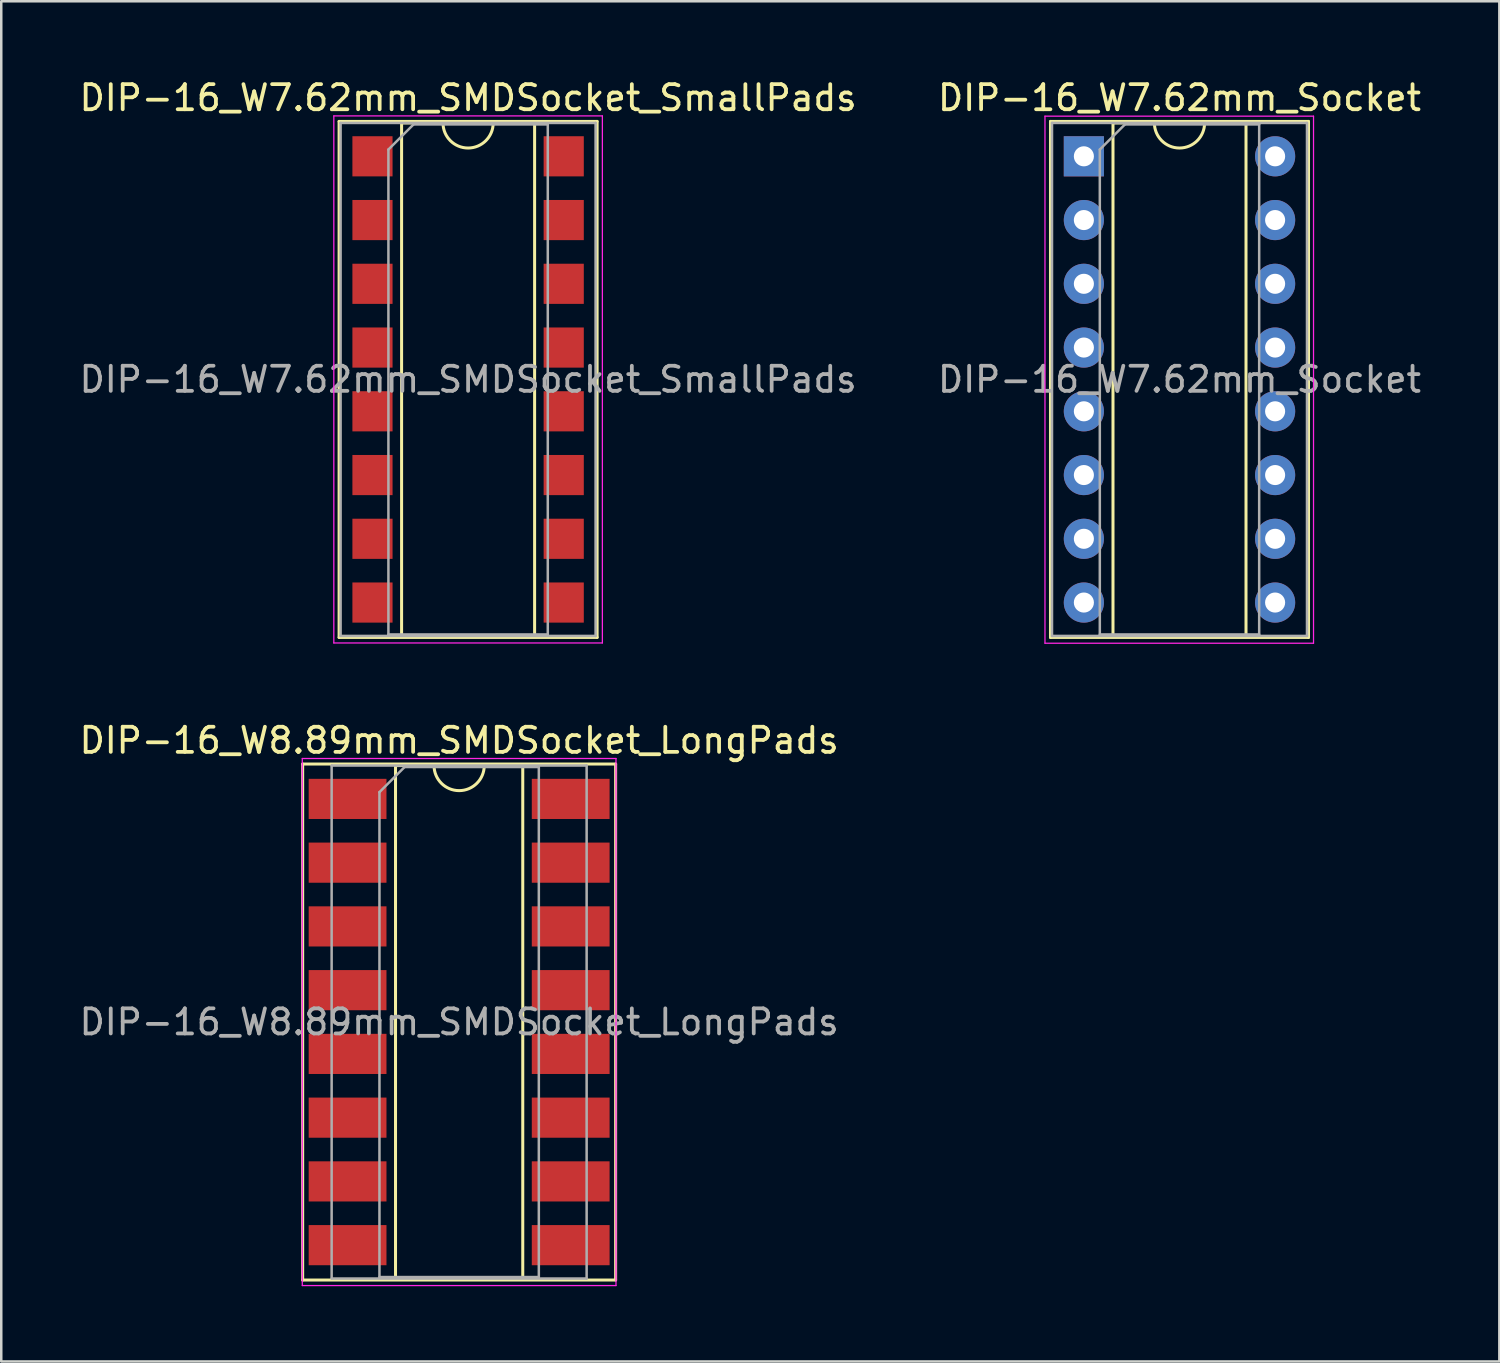
<source format=kicad_pcb>
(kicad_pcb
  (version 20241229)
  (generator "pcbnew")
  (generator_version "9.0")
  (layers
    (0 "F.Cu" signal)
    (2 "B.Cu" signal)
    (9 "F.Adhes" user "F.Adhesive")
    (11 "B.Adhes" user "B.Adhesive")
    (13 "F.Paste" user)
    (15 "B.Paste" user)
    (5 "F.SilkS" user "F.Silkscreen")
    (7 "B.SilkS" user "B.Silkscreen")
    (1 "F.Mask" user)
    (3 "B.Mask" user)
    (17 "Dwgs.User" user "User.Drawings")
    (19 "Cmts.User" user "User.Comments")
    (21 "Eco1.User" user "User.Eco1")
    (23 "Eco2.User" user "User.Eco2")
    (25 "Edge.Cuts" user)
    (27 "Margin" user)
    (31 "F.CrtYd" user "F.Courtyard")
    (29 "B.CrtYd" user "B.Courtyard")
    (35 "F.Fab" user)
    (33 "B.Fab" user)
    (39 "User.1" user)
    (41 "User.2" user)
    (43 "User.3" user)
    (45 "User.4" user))
  (footprint "DIP-16_W7.62mm_Socket"
    (layer "F.Cu")
    (at 40.136 3.178)
    (property "Reference" "DIP-16_W7.62mm_Socket" (at 3.81 -2.33 0) (layer "F.SilkS") (effects (font (size 1 1) (thickness 0.15))))
    (attr through_hole)
    (fp_line (start -1.33 -1.39) (end -1.33 19.17) (stroke (width 0.12) (type solid)) (layer "F.SilkS"))
    (fp_line (start -1.33 19.17) (end 8.95 19.17) (stroke (width 0.12) (type solid)) (layer "F.SilkS"))
    (fp_line (start 1.16 -1.33) (end 1.16 19.11) (stroke (width 0.12) (type solid)) (layer "F.SilkS"))
    (fp_line (start 1.16 19.11) (end 6.46 19.11) (stroke (width 0.12) (type solid)) (layer "F.SilkS"))
    (fp_line (start 2.81 -1.33) (end 1.16 -1.33) (stroke (width 0.12) (type solid)) (layer "F.SilkS"))
    (fp_line (start 6.46 -1.33) (end 4.81 -1.33) (stroke (width 0.12) (type solid)) (layer "F.SilkS"))
    (fp_line (start 6.46 19.11) (end 6.46 -1.33) (stroke (width 0.12) (type solid)) (layer "F.SilkS"))
    (fp_line (start 8.95 -1.39) (end -1.33 -1.39) (stroke (width 0.12) (type solid)) (layer "F.SilkS"))
    (fp_line (start 8.95 19.17) (end 8.95 -1.39) (stroke (width 0.12) (type solid)) (layer "F.SilkS"))
    (fp_arc (start 4.81 -1.33) (mid 3.81 -0.33) (end 2.81 -1.33) (stroke (width 0.12) (type solid)) (layer "F.SilkS"))
    (fp_line (start -1.55 -1.6) (end -1.55 19.4) (stroke (width 0.05) (type solid)) (layer "F.CrtYd"))
    (fp_line (start -1.55 19.4) (end 9.15 19.4) (stroke (width 0.05) (type solid)) (layer "F.CrtYd"))
    (fp_line (start 9.15 -1.6) (end -1.55 -1.6) (stroke (width 0.05) (type solid)) (layer "F.CrtYd"))
    (fp_line (start 9.15 19.4) (end 9.15 -1.6) (stroke (width 0.05) (type solid)) (layer "F.CrtYd"))
    (fp_line (start -1.27 -1.33) (end -1.27 19.11) (stroke (width 0.1) (type solid)) (layer "F.Fab"))
    (fp_line (start -1.27 19.11) (end 8.89 19.11) (stroke (width 0.1) (type solid)) (layer "F.Fab"))
    (fp_line (start 0.635 -0.27) (end 1.635 -1.27) (stroke (width 0.1) (type solid)) (layer "F.Fab"))
    (fp_line (start 0.635 19.05) (end 0.635 -0.27) (stroke (width 0.1) (type solid)) (layer "F.Fab"))
    (fp_line (start 1.635 -1.27) (end 6.985 -1.27) (stroke (width 0.1) (type solid)) (layer "F.Fab"))
    (fp_line (start 6.985 -1.27) (end 6.985 19.05) (stroke (width 0.1) (type solid)) (layer "F.Fab"))
    (fp_line (start 6.985 19.05) (end 0.635 19.05) (stroke (width 0.1) (type solid)) (layer "F.Fab"))
    (fp_line (start 8.89 -1.33) (end -1.27 -1.33) (stroke (width 0.1) (type solid)) (layer "F.Fab"))
    (fp_line (start 8.89 19.11) (end 8.89 -1.33) (stroke (width 0.1) (type solid)) (layer "F.Fab"))
    (fp_text user "${REFERENCE}" (at 3.81 8.89 0) (layer "F.Fab") (effects (font (size 1 1) (thickness 0.15))))
    (pad "1" thru_hole rect (at 0 0) (size 1.6 1.6) (drill 0.8) (layers "*.Cu" "*.Mask"))
    (pad "2" thru_hole oval (at 0 2.54) (size 1.6 1.6) (drill 0.8) (layers "*.Cu" "*.Mask"))
    (pad "3" thru_hole oval (at 0 5.08) (size 1.6 1.6) (drill 0.8) (layers "*.Cu" "*.Mask"))
    (pad "4" thru_hole oval (at 0 7.62) (size 1.6 1.6) (drill 0.8) (layers "*.Cu" "*.Mask"))
    (pad "5" thru_hole oval (at 0 10.16) (size 1.6 1.6) (drill 0.8) (layers "*.Cu" "*.Mask"))
    (pad "6" thru_hole oval (at 0 12.7) (size 1.6 1.6) (drill 0.8) (layers "*.Cu" "*.Mask"))
    (pad "7" thru_hole oval (at 0 15.24) (size 1.6 1.6) (drill 0.8) (layers "*.Cu" "*.Mask"))
    (pad "8" thru_hole oval (at 0 17.78) (size 1.6 1.6) (drill 0.8) (layers "*.Cu" "*.Mask"))
    (pad "9" thru_hole oval (at 7.62 17.78) (size 1.6 1.6) (drill 0.8) (layers "*.Cu" "*.Mask"))
    (pad "10" thru_hole oval (at 7.62 15.24) (size 1.6 1.6) (drill 0.8) (layers "*.Cu" "*.Mask"))
    (pad "11" thru_hole oval (at 7.62 12.7) (size 1.6 1.6) (drill 0.8) (layers "*.Cu" "*.Mask"))
    (pad "12" thru_hole oval (at 7.62 10.16) (size 1.6 1.6) (drill 0.8) (layers "*.Cu" "*.Mask"))
    (pad "13" thru_hole oval (at 7.62 7.62) (size 1.6 1.6) (drill 0.8) (layers "*.Cu" "*.Mask"))
    (pad "14" thru_hole oval (at 7.62 5.08) (size 1.6 1.6) (drill 0.8) (layers "*.Cu" "*.Mask"))
    (pad "15" thru_hole oval (at 7.62 2.54) (size 1.6 1.6) (drill 0.8) (layers "*.Cu" "*.Mask"))
    (pad "16" thru_hole oval (at 7.62 0) (size 1.6 1.6) (drill 0.8) (layers "*.Cu" "*.Mask")))
  (footprint "DIP-16_W7.62mm_SMDSocket_SmallPads"
    (layer "F.Cu")
    (at 15.601 12.068)
    (property "Reference" "DIP-16_W7.62mm_SMDSocket_SmallPads" (at 0 -11.22 0) (layer "F.SilkS") (effects (font (size 1 1) (thickness 0.15))))
    (attr smd)
    (fp_line (start -5.14 -10.28) (end -5.14 10.28) (stroke (width 0.12) (type solid)) (layer "F.SilkS"))
    (fp_line (start -5.14 10.28) (end 5.14 10.28) (stroke (width 0.12) (type solid)) (layer "F.SilkS"))
    (fp_line (start -2.65 -10.22) (end -2.65 10.22) (stroke (width 0.12) (type solid)) (layer "F.SilkS"))
    (fp_line (start -2.65 10.22) (end 2.65 10.22) (stroke (width 0.12) (type solid)) (layer "F.SilkS"))
    (fp_line (start -1 -10.22) (end -2.65 -10.22) (stroke (width 0.12) (type solid)) (layer "F.SilkS"))
    (fp_line (start 2.65 -10.22) (end 1 -10.22) (stroke (width 0.12) (type solid)) (layer "F.SilkS"))
    (fp_line (start 2.65 10.22) (end 2.65 -10.22) (stroke (width 0.12) (type solid)) (layer "F.SilkS"))
    (fp_line (start 5.14 -10.28) (end -5.14 -10.28) (stroke (width 0.12) (type solid)) (layer "F.SilkS"))
    (fp_line (start 5.14 10.28) (end 5.14 -10.28) (stroke (width 0.12) (type solid)) (layer "F.SilkS"))
    (fp_arc (start 1 -10.22) (mid 0 -9.22) (end -1 -10.22) (stroke (width 0.12) (type solid)) (layer "F.SilkS"))
    (fp_line (start -5.35 -10.5) (end -5.35 10.5) (stroke (width 0.05) (type solid)) (layer "F.CrtYd"))
    (fp_line (start -5.35 10.5) (end 5.35 10.5) (stroke (width 0.05) (type solid)) (layer "F.CrtYd"))
    (fp_line (start 5.35 -10.5) (end -5.35 -10.5) (stroke (width 0.05) (type solid)) (layer "F.CrtYd"))
    (fp_line (start 5.35 10.5) (end 5.35 -10.5) (stroke (width 0.05) (type solid)) (layer "F.CrtYd"))
    (fp_line (start -5.08 -10.22) (end -5.08 10.22) (stroke (width 0.1) (type solid)) (layer "F.Fab"))
    (fp_line (start -5.08 10.22) (end 5.08 10.22) (stroke (width 0.1) (type solid)) (layer "F.Fab"))
    (fp_line (start -3.175 -9.16) (end -2.175 -10.16) (stroke (width 0.1) (type solid)) (layer "F.Fab"))
    (fp_line (start -3.175 10.16) (end -3.175 -9.16) (stroke (width 0.1) (type solid)) (layer "F.Fab"))
    (fp_line (start -2.175 -10.16) (end 3.175 -10.16) (stroke (width 0.1) (type solid)) (layer "F.Fab"))
    (fp_line (start 3.175 -10.16) (end 3.175 10.16) (stroke (width 0.1) (type solid)) (layer "F.Fab"))
    (fp_line (start 3.175 10.16) (end -3.175 10.16) (stroke (width 0.1) (type solid)) (layer "F.Fab"))
    (fp_line (start 5.08 -10.22) (end -5.08 -10.22) (stroke (width 0.1) (type solid)) (layer "F.Fab"))
    (fp_line (start 5.08 10.22) (end 5.08 -10.22) (stroke (width 0.1) (type solid)) (layer "F.Fab"))
    (fp_text user "${REFERENCE}" (at 0 0 0) (layer "F.Fab") (effects (font (size 1 1) (thickness 0.15))))
    (pad "1" smd rect (at -3.81 -8.89) (size 1.6 1.6) (layers "F.Cu" "F.Mask" "F.Paste"))
    (pad "2" smd rect (at -3.81 -6.35) (size 1.6 1.6) (layers "F.Cu" "F.Mask" "F.Paste"))
    (pad "3" smd rect (at -3.81 -3.81) (size 1.6 1.6) (layers "F.Cu" "F.Mask" "F.Paste"))
    (pad "4" smd rect (at -3.81 -1.27) (size 1.6 1.6) (layers "F.Cu" "F.Mask" "F.Paste"))
    (pad "5" smd rect (at -3.81 1.27) (size 1.6 1.6) (layers "F.Cu" "F.Mask" "F.Paste"))
    (pad "6" smd rect (at -3.81 3.81) (size 1.6 1.6) (layers "F.Cu" "F.Mask" "F.Paste"))
    (pad "7" smd rect (at -3.81 6.35) (size 1.6 1.6) (layers "F.Cu" "F.Mask" "F.Paste"))
    (pad "8" smd rect (at -3.81 8.89) (size 1.6 1.6) (layers "F.Cu" "F.Mask" "F.Paste"))
    (pad "9" smd rect (at 3.81 8.89) (size 1.6 1.6) (layers "F.Cu" "F.Mask" "F.Paste"))
    (pad "10" smd rect (at 3.81 6.35) (size 1.6 1.6) (layers "F.Cu" "F.Mask" "F.Paste"))
    (pad "11" smd rect (at 3.81 3.81) (size 1.6 1.6) (layers "F.Cu" "F.Mask" "F.Paste"))
    (pad "12" smd rect (at 3.81 1.27) (size 1.6 1.6) (layers "F.Cu" "F.Mask" "F.Paste"))
    (pad "13" smd rect (at 3.81 -1.27) (size 1.6 1.6) (layers "F.Cu" "F.Mask" "F.Paste"))
    (pad "14" smd rect (at 3.81 -3.81) (size 1.6 1.6) (layers "F.Cu" "F.Mask" "F.Paste"))
    (pad "15" smd rect (at 3.81 -6.35) (size 1.6 1.6) (layers "F.Cu" "F.Mask" "F.Paste"))
    (pad "16" smd rect (at 3.81 -8.89) (size 1.6 1.6) (layers "F.Cu" "F.Mask" "F.Paste")))
  (footprint "DIP-16_W8.89mm_SMDSocket_LongPads"
    (layer "F.Cu")
    (at 15.244 37.672)
    (property "Reference" "DIP-16_W8.89mm_SMDSocket_LongPads" (at 0 -11.22 0) (layer "F.SilkS") (effects (font (size 1 1) (thickness 0.15))))
    (attr smd)
    (fp_line (start -6.235 -10.28) (end -6.235 10.28) (stroke (width 0.12) (type solid)) (layer "F.SilkS"))
    (fp_line (start -6.235 10.28) (end 6.235 10.28) (stroke (width 0.12) (type solid)) (layer "F.SilkS"))
    (fp_line (start -2.535 -10.22) (end -2.535 10.22) (stroke (width 0.12) (type solid)) (layer "F.SilkS"))
    (fp_line (start -2.535 10.22) (end 2.535 10.22) (stroke (width 0.12) (type solid)) (layer "F.SilkS"))
    (fp_line (start -1 -10.22) (end -2.535 -10.22) (stroke (width 0.12) (type solid)) (layer "F.SilkS"))
    (fp_line (start 2.535 -10.22) (end 1 -10.22) (stroke (width 0.12) (type solid)) (layer "F.SilkS"))
    (fp_line (start 2.535 10.22) (end 2.535 -10.22) (stroke (width 0.12) (type solid)) (layer "F.SilkS"))
    (fp_line (start 6.235 -10.28) (end -6.235 -10.28) (stroke (width 0.12) (type solid)) (layer "F.SilkS"))
    (fp_line (start 6.235 10.28) (end 6.235 -10.28) (stroke (width 0.12) (type solid)) (layer "F.SilkS"))
    (fp_arc (start 1 -10.22) (mid 0 -9.22) (end -1 -10.22) (stroke (width 0.12) (type solid)) (layer "F.SilkS"))
    (fp_line (start -6.25 -10.5) (end -6.25 10.5) (stroke (width 0.05) (type solid)) (layer "F.CrtYd"))
    (fp_line (start -6.25 10.5) (end 6.25 10.5) (stroke (width 0.05) (type solid)) (layer "F.CrtYd"))
    (fp_line (start 6.25 -10.5) (end -6.25 -10.5) (stroke (width 0.05) (type solid)) (layer "F.CrtYd"))
    (fp_line (start 6.25 10.5) (end 6.25 -10.5) (stroke (width 0.05) (type solid)) (layer "F.CrtYd"))
    (fp_line (start -5.08 -10.22) (end -5.08 10.22) (stroke (width 0.1) (type solid)) (layer "F.Fab"))
    (fp_line (start -5.08 10.22) (end 5.08 10.22) (stroke (width 0.1) (type solid)) (layer "F.Fab"))
    (fp_line (start -3.175 -9.16) (end -2.175 -10.16) (stroke (width 0.1) (type solid)) (layer "F.Fab"))
    (fp_line (start -3.175 10.16) (end -3.175 -9.16) (stroke (width 0.1) (type solid)) (layer "F.Fab"))
    (fp_line (start -2.175 -10.16) (end 3.175 -10.16) (stroke (width 0.1) (type solid)) (layer "F.Fab"))
    (fp_line (start 3.175 -10.16) (end 3.175 10.16) (stroke (width 0.1) (type solid)) (layer "F.Fab"))
    (fp_line (start 3.175 10.16) (end -3.175 10.16) (stroke (width 0.1) (type solid)) (layer "F.Fab"))
    (fp_line (start 5.08 -10.22) (end -5.08 -10.22) (stroke (width 0.1) (type solid)) (layer "F.Fab"))
    (fp_line (start 5.08 10.22) (end 5.08 -10.22) (stroke (width 0.1) (type solid)) (layer "F.Fab"))
    (fp_text user "${REFERENCE}" (at 0 0 0) (layer "F.Fab") (effects (font (size 1 1) (thickness 0.15))))
    (pad "1" smd rect (at -4.445 -8.89) (size 3.1 1.6) (layers "F.Cu" "F.Mask" "F.Paste"))
    (pad "2" smd rect (at -4.445 -6.35) (size 3.1 1.6) (layers "F.Cu" "F.Mask" "F.Paste"))
    (pad "3" smd rect (at -4.445 -3.81) (size 3.1 1.6) (layers "F.Cu" "F.Mask" "F.Paste"))
    (pad "4" smd rect (at -4.445 -1.27) (size 3.1 1.6) (layers "F.Cu" "F.Mask" "F.Paste"))
    (pad "5" smd rect (at -4.445 1.27) (size 3.1 1.6) (layers "F.Cu" "F.Mask" "F.Paste"))
    (pad "6" smd rect (at -4.445 3.81) (size 3.1 1.6) (layers "F.Cu" "F.Mask" "F.Paste"))
    (pad "7" smd rect (at -4.445 6.35) (size 3.1 1.6) (layers "F.Cu" "F.Mask" "F.Paste"))
    (pad "8" smd rect (at -4.445 8.89) (size 3.1 1.6) (layers "F.Cu" "F.Mask" "F.Paste"))
    (pad "9" smd rect (at 4.445 8.89) (size 3.1 1.6) (layers "F.Cu" "F.Mask" "F.Paste"))
    (pad "10" smd rect (at 4.445 6.35) (size 3.1 1.6) (layers "F.Cu" "F.Mask" "F.Paste"))
    (pad "11" smd rect (at 4.445 3.81) (size 3.1 1.6) (layers "F.Cu" "F.Mask" "F.Paste"))
    (pad "12" smd rect (at 4.445 1.27) (size 3.1 1.6) (layers "F.Cu" "F.Mask" "F.Paste"))
    (pad "13" smd rect (at 4.445 -1.27) (size 3.1 1.6) (layers "F.Cu" "F.Mask" "F.Paste"))
    (pad "14" smd rect (at 4.445 -3.81) (size 3.1 1.6) (layers "F.Cu" "F.Mask" "F.Paste"))
    (pad "15" smd rect (at 4.445 -6.35) (size 3.1 1.6) (layers "F.Cu" "F.Mask" "F.Paste"))
    (pad "16" smd rect (at 4.445 -8.89) (size 3.1 1.6) (layers "F.Cu" "F.Mask" "F.Paste")))
  (gr_rect
    (start -3 -3)
    (end 56.69 51.197)
    (stroke (width 0.1) (type default))
    (fill no)
    (layer "Edge.Cuts")))
</source>
